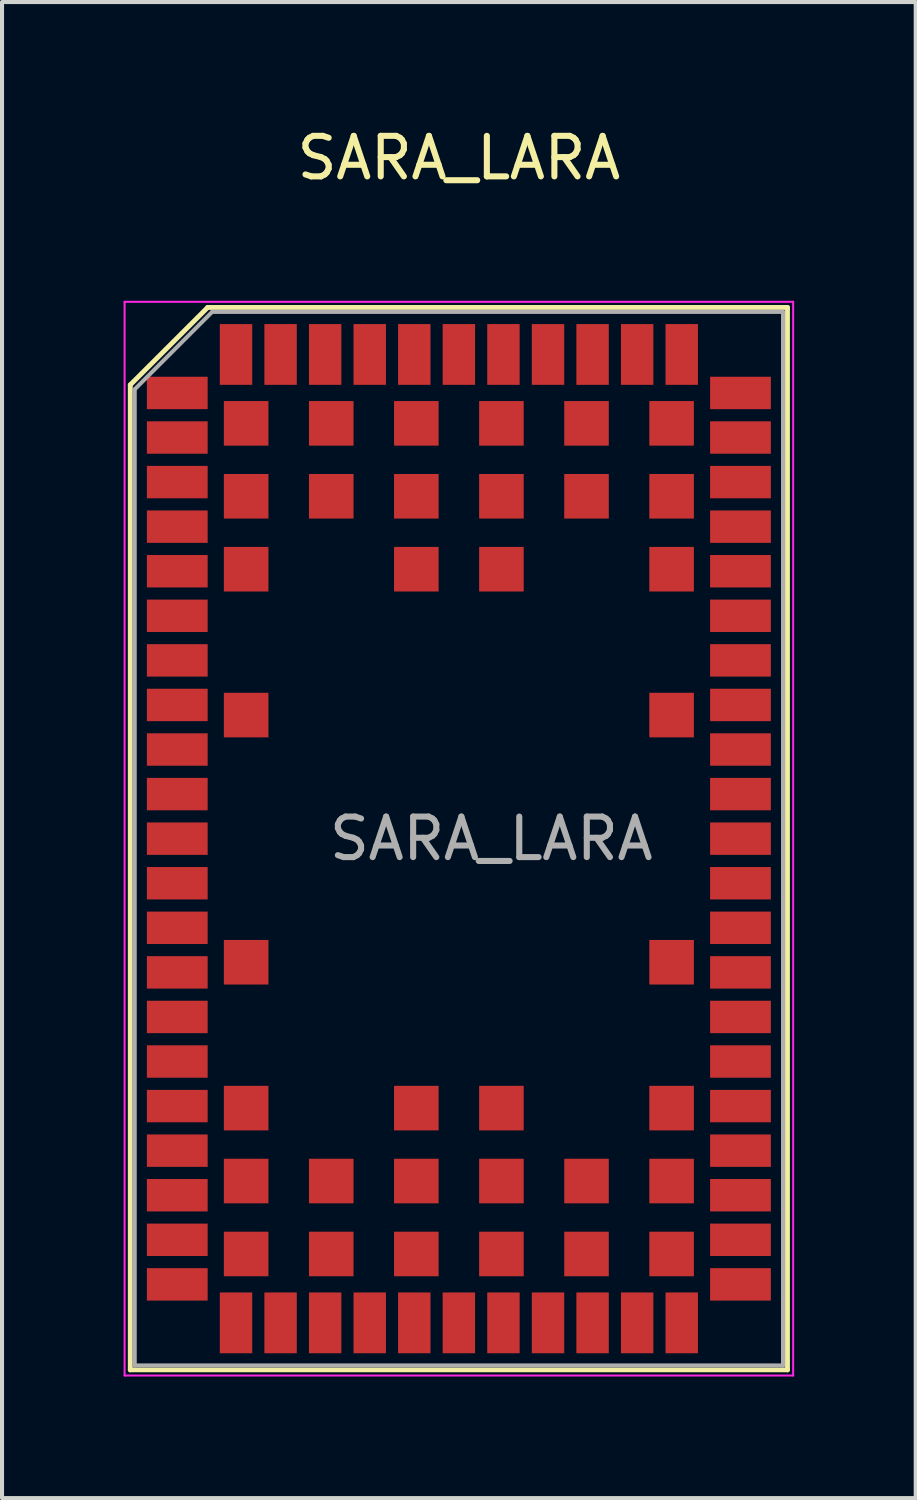
<source format=kicad_pcb>
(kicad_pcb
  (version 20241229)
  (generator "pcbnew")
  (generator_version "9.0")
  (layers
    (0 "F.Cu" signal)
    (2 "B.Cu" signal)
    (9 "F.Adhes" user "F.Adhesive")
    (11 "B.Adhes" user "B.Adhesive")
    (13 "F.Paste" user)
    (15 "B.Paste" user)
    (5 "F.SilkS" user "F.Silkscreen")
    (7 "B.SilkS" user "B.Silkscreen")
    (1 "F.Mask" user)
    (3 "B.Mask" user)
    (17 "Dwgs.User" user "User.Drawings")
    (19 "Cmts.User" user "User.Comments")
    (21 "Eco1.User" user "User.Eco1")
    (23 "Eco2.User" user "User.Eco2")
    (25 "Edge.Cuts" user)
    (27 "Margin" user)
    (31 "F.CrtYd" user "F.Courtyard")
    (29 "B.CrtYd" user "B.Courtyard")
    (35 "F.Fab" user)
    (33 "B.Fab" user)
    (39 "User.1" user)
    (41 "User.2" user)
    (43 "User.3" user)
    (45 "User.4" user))
  (footprint "SARA_LARA"
    (layer "F.Cu")
    (at 8.275 17.648)
    (property "Reference" "SARA_LARA" (at 0 -16.8 0) (unlocked yes) (layer "F.SilkS") (effects (font (size 1 1) (thickness 0.15))))
    (attr smd)
    (fp_line (start -8.11 -11.2) (end -8.11 13.11) (stroke (width 0.12) (type solid)) (layer "F.SilkS"))
    (fp_line (start -6.2 -13.11) (end -8.11 -11.2) (stroke (width 0.12) (type solid)) (layer "F.SilkS"))
    (fp_line (start 8.11 -13.11) (end -6.2 -13.11) (stroke (width 0.12) (type solid)) (layer "F.SilkS"))
    (fp_line (start 8.11 -13.11) (end 8.11 13.11) (stroke (width 0.12) (type solid)) (layer "F.SilkS"))
    (fp_line (start 8.11 13.11) (end -8.11 13.11) (stroke (width 0.12) (type solid)) (layer "F.SilkS"))
    (fp_line (start -8.25 -13.25) (end -8.25 13.25) (stroke (width 0.05) (type solid)) (layer "F.CrtYd"))
    (fp_line (start 8.25 -13.25) (end -8.25 -13.25) (stroke (width 0.05) (type solid)) (layer "F.CrtYd"))
    (fp_line (start 8.25 -13.25) (end 8.25 13.25) (stroke (width 0.05) (type solid)) (layer "F.CrtYd"))
    (fp_line (start 8.25 13.25) (end -8.25 13.25) (stroke (width 0.05) (type solid)) (layer "F.CrtYd"))
    (fp_line (start -8 -11.09) (end -8 13) (stroke (width 0.1) (type solid)) (layer "F.Fab"))
    (fp_line (start -6.09 -13) (end -8 -11.09) (stroke (width 0.1) (type solid)) (layer "F.Fab"))
    (fp_line (start 8 -13) (end -6.09 -13) (stroke (width 0.1) (type solid)) (layer "F.Fab"))
    (fp_line (start 8 -13) (end 8 13) (stroke (width 0.1) (type solid)) (layer "F.Fab"))
    (fp_line (start 8 13) (end -8 13) (stroke (width 0.1) (type solid)) (layer "F.Fab"))
    (fp_text user "${REFERENCE}" (at 0.8 0 0) (layer "F.Fab") (effects (font (size 1 1) (thickness 0.15))))
    (pad "" smd rect (at -7 -11 270) (size 0.75 1.55) (layers "F.Paste"))
    (pad "" smd rect (at -7 -9.9 270) (size 0.75 1.55) (layers "F.Paste"))
    (pad "" smd rect (at -7 -8.8 270) (size 0.75 1.55) (layers "F.Paste"))
    (pad "" smd rect (at -7 -7.7 270) (size 0.75 1.55) (layers "F.Paste"))
    (pad "" smd rect (at -7 -6.6 270) (size 0.75 1.55) (layers "F.Paste"))
    (pad "" smd rect (at -7 -5.5 270) (size 0.75 1.55) (layers "F.Paste"))
    (pad "" smd rect (at -7 -4.4 270) (size 0.75 1.55) (layers "F.Paste"))
    (pad "" smd rect (at -7 -3.3 270) (size 0.75 1.55) (layers "F.Paste"))
    (pad "" smd rect (at -7 -2.2 270) (size 0.75 1.55) (layers "F.Paste"))
    (pad "" smd rect (at -7 -1.1 270) (size 0.75 1.55) (layers "F.Paste"))
    (pad "" smd rect (at -7 0 270) (size 0.75 1.55) (layers "F.Paste"))
    (pad "" smd rect (at -7 1.1 270) (size 0.75 1.55) (layers "F.Paste"))
    (pad "" smd rect (at -7 2.2 270) (size 0.75 1.55) (layers "F.Paste"))
    (pad "" smd rect (at -7 3.3 270) (size 0.75 1.55) (layers "F.Paste"))
    (pad "" smd rect (at -7 4.4 270) (size 0.75 1.55) (layers "F.Paste"))
    (pad "" smd rect (at -7 5.5 270) (size 0.75 1.55) (layers "F.Paste"))
    (pad "" smd rect (at -7 6.6 270) (size 0.75 1.55) (layers "F.Paste"))
    (pad "" smd rect (at -7 7.7 270) (size 0.75 1.55) (layers "F.Paste"))
    (pad "" smd rect (at -7 8.8 270) (size 0.75 1.55) (layers "F.Paste"))
    (pad "" smd rect (at -7 9.9 270) (size 0.75 1.55) (layers "F.Paste"))
    (pad "" smd rect (at -7 11 270) (size 0.75 1.55) (layers "F.Paste"))
    (pad "" smd rect (at -5.5 -12) (size 0.75 1.55) (layers "F.Paste"))
    (pad "" smd rect (at -5.5 12) (size 0.75 1.55) (layers "F.Paste"))
    (pad "" smd rect (at -5.25 -10.25 180) (size 1.05 1.05) (layers "F.Paste"))
    (pad "" smd rect (at -5.25 -8.45 180) (size 1.05 1.05) (layers "F.Paste"))
    (pad "" smd rect (at -5.25 -6.65 180) (size 1.05 1.05) (layers "F.Paste"))
    (pad "" smd rect (at -5.25 -3.05 180) (size 1.05 1.05) (layers "F.Paste"))
    (pad "" smd rect (at -5.25 3.05 180) (size 1.05 1.05) (layers "F.Paste"))
    (pad "" smd rect (at -5.25 6.65 180) (size 1.05 1.05) (layers "F.Paste"))
    (pad "" smd rect (at -5.25 8.45 180) (size 1.05 1.05) (layers "F.Paste"))
    (pad "" smd rect (at -5.25 10.25 180) (size 1.05 1.05) (layers "F.Paste"))
    (pad "" smd rect (at -4.4 -12) (size 0.75 1.55) (layers "F.Paste"))
    (pad "" smd rect (at -4.4 12) (size 0.75 1.55) (layers "F.Paste"))
    (pad "" smd rect (at -3.3 -12) (size 0.75 1.55) (layers "F.Paste"))
    (pad "" smd rect (at -3.3 12) (size 0.75 1.55) (layers "F.Paste"))
    (pad "" smd rect (at -3.15 -10.25 180) (size 1.05 1.05) (layers "F.Paste"))
    (pad "" smd rect (at -3.15 -8.45 180) (size 1.05 1.05) (layers "F.Paste"))
    (pad "" smd rect (at -3.15 8.45 180) (size 1.05 1.05) (layers "F.Paste"))
    (pad "" smd rect (at -3.15 10.25 180) (size 1.05 1.05) (layers "F.Paste"))
    (pad "" smd rect (at -2.2 -12) (size 0.75 1.55) (layers "F.Paste"))
    (pad "" smd rect (at -2.2 12) (size 0.75 1.55) (layers "F.Paste"))
    (pad "" smd rect (at -1.1 -12) (size 0.75 1.55) (layers "F.Paste"))
    (pad "" smd rect (at -1.1 12) (size 0.75 1.55) (layers "F.Paste"))
    (pad "" smd rect (at -1.05 -10.25 180) (size 1.05 1.05) (layers "F.Paste"))
    (pad "" smd rect (at -1.05 -8.45 180) (size 1.05 1.05) (layers "F.Paste"))
    (pad "" smd rect (at -1.05 -6.65 180) (size 1.05 1.05) (layers "F.Paste"))
    (pad "" smd rect (at -1.05 6.65 180) (size 1.05 1.05) (layers "F.Paste"))
    (pad "" smd rect (at -1.05 8.45 180) (size 1.05 1.05) (layers "F.Paste"))
    (pad "" smd rect (at -1.05 10.25 180) (size 1.05 1.05) (layers "F.Paste"))
    (pad "" smd rect (at 0 -12) (size 0.75 1.55) (layers "F.Paste"))
    (pad "" smd rect (at 0 12) (size 0.75 1.55) (layers "F.Paste"))
    (pad "" smd rect (at 1.05 -10.25 180) (size 1.05 1.05) (layers "F.Paste"))
    (pad "" smd rect (at 1.05 -8.45 180) (size 1.05 1.05) (layers "F.Paste"))
    (pad "" smd rect (at 1.05 -6.65 180) (size 1.05 1.05) (layers "F.Paste"))
    (pad "" smd rect (at 1.05 6.65 180) (size 1.05 1.05) (layers "F.Paste"))
    (pad "" smd rect (at 1.05 8.45 180) (size 1.05 1.05) (layers "F.Paste"))
    (pad "" smd rect (at 1.05 10.25 180) (size 1.05 1.05) (layers "F.Paste"))
    (pad "" smd rect (at 1.1 -12) (size 0.75 1.55) (layers "F.Paste"))
    (pad "" smd rect (at 1.1 12) (size 0.75 1.55) (layers "F.Paste"))
    (pad "" smd rect (at 2.2 -12) (size 0.75 1.55) (layers "F.Paste"))
    (pad "" smd rect (at 2.2 12) (size 0.75 1.55) (layers "F.Paste"))
    (pad "" smd rect (at 3.15 -10.25 180) (size 1.05 1.05) (layers "F.Paste"))
    (pad "" smd rect (at 3.15 -8.45 180) (size 1.05 1.05) (layers "F.Paste"))
    (pad "" smd rect (at 3.15 8.45 180) (size 1.05 1.05) (layers "F.Paste"))
    (pad "" smd rect (at 3.15 10.25 180) (size 1.05 1.05) (layers "F.Paste"))
    (pad "" smd rect (at 3.3 -12) (size 0.75 1.55) (layers "F.Paste"))
    (pad "" smd rect (at 3.3 12) (size 0.75 1.55) (layers "F.Paste"))
    (pad "" smd rect (at 4.4 -12) (size 0.75 1.55) (layers "F.Paste"))
    (pad "" smd rect (at 4.4 12) (size 0.75 1.55) (layers "F.Paste"))
    (pad "" smd rect (at 5.25 -10.25 180) (size 1.05 1.05) (layers "F.Paste"))
    (pad "" smd rect (at 5.25 -8.45 180) (size 1.05 1.05) (layers "F.Paste"))
    (pad "" smd rect (at 5.25 -6.65 180) (size 1.05 1.05) (layers "F.Paste"))
    (pad "" smd rect (at 5.25 -3.05 180) (size 1.05 1.05) (layers "F.Paste"))
    (pad "" smd rect (at 5.25 3.05 180) (size 1.05 1.05) (layers "F.Paste"))
    (pad "" smd rect (at 5.25 6.65 180) (size 1.05 1.05) (layers "F.Paste"))
    (pad "" smd rect (at 5.25 8.45 180) (size 1.05 1.05) (layers "F.Paste"))
    (pad "" smd rect (at 5.25 10.25 180) (size 1.05 1.05) (layers "F.Paste"))
    (pad "" smd rect (at 5.5 -12) (size 0.75 1.55) (layers "F.Paste"))
    (pad "" smd rect (at 5.5 12) (size 0.75 1.55) (layers "F.Paste"))
    (pad "" smd rect (at 7 -11 270) (size 0.75 1.55) (layers "F.Paste"))
    (pad "" smd rect (at 7 -9.9 270) (size 0.75 1.55) (layers "F.Paste"))
    (pad "" smd rect (at 7 -8.8 270) (size 0.75 1.55) (layers "F.Paste"))
    (pad "" smd rect (at 7 -7.7 270) (size 0.75 1.55) (layers "F.Paste"))
    (pad "" smd rect (at 7 -6.6 270) (size 0.75 1.55) (layers "F.Paste"))
    (pad "" smd rect (at 7 -5.5 270) (size 0.75 1.55) (layers "F.Paste"))
    (pad "" smd rect (at 7 -4.4 270) (size 0.75 1.55) (layers "F.Paste"))
    (pad "" smd rect (at 7 -3.3 270) (size 0.75 1.55) (layers "F.Paste"))
    (pad "" smd rect (at 7 -2.2 270) (size 0.75 1.55) (layers "F.Paste"))
    (pad "" smd rect (at 7 -1.1 270) (size 0.75 1.55) (layers "F.Paste"))
    (pad "" smd rect (at 7 0 270) (size 0.75 1.55) (layers "F.Paste"))
    (pad "" smd rect (at 7 1.1 270) (size 0.75 1.55) (layers "F.Paste"))
    (pad "" smd rect (at 7 2.2 270) (size 0.75 1.55) (layers "F.Paste"))
    (pad "" smd rect (at 7 3.3 270) (size 0.75 1.55) (layers "F.Paste"))
    (pad "" smd rect (at 7 4.4 270) (size 0.75 1.55) (layers "F.Paste"))
    (pad "" smd rect (at 7 5.5 270) (size 0.75 1.55) (layers "F.Paste"))
    (pad "" smd rect (at 7 6.6 270) (size 0.75 1.55) (layers "F.Paste"))
    (pad "" smd rect (at 7 7.7 270) (size 0.75 1.55) (layers "F.Paste"))
    (pad "" smd rect (at 7 8.8 270) (size 0.75 1.55) (layers "F.Paste"))
    (pad "" smd rect (at 7 9.9 270) (size 0.75 1.55) (layers "F.Paste"))
    (pad "" smd rect (at 7 11 270) (size 0.75 1.55) (layers "F.Paste"))
    (pad "1" smd rect (at -6.95 -11 270) (size 0.8 1.5) (layers "F.Cu" "F.Mask"))
    (pad "2" smd rect (at -6.95 -9.9 270) (size 0.8 1.5) (layers "F.Cu" "F.Mask"))
    (pad "3" smd rect (at -6.95 -8.8 270) (size 0.8 1.5) (layers "F.Cu" "F.Mask"))
    (pad "4" smd rect (at -6.95 -7.7 270) (size 0.8 1.5) (layers "F.Cu" "F.Mask"))
    (pad "5" smd rect (at -6.95 -6.6 270) (size 0.8 1.5) (layers "F.Cu" "F.Mask"))
    (pad "6" smd rect (at -6.95 -5.5 270) (size 0.8 1.5) (layers "F.Cu" "F.Mask"))
    (pad "7" smd rect (at -6.95 -4.4 270) (size 0.8 1.5) (layers "F.Cu" "F.Mask"))
    (pad "8" smd rect (at -6.95 -3.3 270) (size 0.8 1.5) (layers "F.Cu" "F.Mask"))
    (pad "9" smd rect (at -6.95 -2.2 270) (size 0.8 1.5) (layers "F.Cu" "F.Mask"))
    (pad "10" smd rect (at -6.95 -1.1 270) (size 0.8 1.5) (layers "F.Cu" "F.Mask"))
    (pad "11" smd rect (at -6.95 0 270) (size 0.8 1.5) (layers "F.Cu" "F.Mask"))
    (pad "12" smd rect (at -6.95 1.1 270) (size 0.8 1.5) (layers "F.Cu" "F.Mask"))
    (pad "13" smd rect (at -6.95 2.2 270) (size 0.8 1.5) (layers "F.Cu" "F.Mask"))
    (pad "14" smd rect (at -6.95 3.3 270) (size 0.8 1.5) (layers "F.Cu" "F.Mask"))
    (pad "15" smd rect (at -6.95 4.4 270) (size 0.8 1.5) (layers "F.Cu" "F.Mask"))
    (pad "16" smd rect (at -6.95 5.5 270) (size 0.8 1.5) (layers "F.Cu" "F.Mask"))
    (pad "17" smd rect (at -6.95 6.6 270) (size 0.8 1.5) (layers "F.Cu" "F.Mask"))
    (pad "18" smd rect (at -6.95 7.7 270) (size 0.8 1.5) (layers "F.Cu" "F.Mask"))
    (pad "19" smd rect (at -6.95 8.8 270) (size 0.8 1.5) (layers "F.Cu" "F.Mask"))
    (pad "20" smd rect (at -6.95 9.9 270) (size 0.8 1.5) (layers "F.Cu" "F.Mask"))
    (pad "21" smd rect (at -6.95 11 270) (size 0.8 1.5) (layers "F.Cu" "F.Mask"))
    (pad "22" smd rect (at -5.5 11.95) (size 0.8 1.5) (layers "F.Cu" "F.Mask"))
    (pad "23" smd rect (at -4.4 11.95) (size 0.8 1.5) (layers "F.Cu" "F.Mask"))
    (pad "24" smd rect (at -3.3 11.95) (size 0.8 1.5) (layers "F.Cu" "F.Mask"))
    (pad "25" smd rect (at -2.2 11.95) (size 0.8 1.5) (layers "F.Cu" "F.Mask"))
    (pad "26" smd rect (at -1.1 11.95) (size 0.8 1.5) (layers "F.Cu" "F.Mask"))
    (pad "27" smd rect (at 0 11.95) (size 0.8 1.5) (layers "F.Cu" "F.Mask"))
    (pad "28" smd rect (at 1.1 11.95) (size 0.8 1.5) (layers "F.Cu" "F.Mask"))
    (pad "29" smd rect (at 2.2 11.95) (size 0.8 1.5) (layers "F.Cu" "F.Mask"))
    (pad "30" smd rect (at 3.3 11.95) (size 0.8 1.5) (layers "F.Cu" "F.Mask"))
    (pad "31" smd rect (at 4.4 11.95) (size 0.8 1.5) (layers "F.Cu" "F.Mask"))
    (pad "32" smd rect (at 5.5 11.95) (size 0.8 1.5) (layers "F.Cu" "F.Mask"))
    (pad "33" smd rect (at 6.95 11 90) (size 0.8 1.5) (layers "F.Cu" "F.Mask"))
    (pad "34" smd rect (at 6.95 9.9 90) (size 0.8 1.5) (layers "F.Cu" "F.Mask"))
    (pad "35" smd rect (at 6.95 8.8 90) (size 0.8 1.5) (layers "F.Cu" "F.Mask"))
    (pad "36" smd rect (at 6.95 7.7 90) (size 0.8 1.5) (layers "F.Cu" "F.Mask"))
    (pad "37" smd rect (at 6.95 6.6 90) (size 0.8 1.5) (layers "F.Cu" "F.Mask"))
    (pad "38" smd rect (at 6.95 5.5 90) (size 0.8 1.5) (layers "F.Cu" "F.Mask"))
    (pad "39" smd rect (at 6.95 4.4 90) (size 0.8 1.5) (layers "F.Cu" "F.Mask"))
    (pad "40" smd rect (at 6.95 3.3 90) (size 0.8 1.5) (layers "F.Cu" "F.Mask"))
    (pad "41" smd rect (at 6.95 2.2 90) (size 0.8 1.5) (layers "F.Cu" "F.Mask"))
    (pad "42" smd rect (at 6.95 1.1 90) (size 0.8 1.5) (layers "F.Cu" "F.Mask"))
    (pad "43" smd rect (at 6.95 0 90) (size 0.8 1.5) (layers "F.Cu" "F.Mask"))
    (pad "44" smd rect (at 6.95 -1.1 90) (size 0.8 1.5) (layers "F.Cu" "F.Mask"))
    (pad "45" smd rect (at 6.95 -2.2 90) (size 0.8 1.5) (layers "F.Cu" "F.Mask"))
    (pad "46" smd rect (at 6.95 -3.3 90) (size 0.8 1.5) (layers "F.Cu" "F.Mask"))
    (pad "47" smd rect (at 6.95 -4.4 90) (size 0.8 1.5) (layers "F.Cu" "F.Mask"))
    (pad "48" smd rect (at 6.95 -5.5 90) (size 0.8 1.5) (layers "F.Cu" "F.Mask"))
    (pad "49" smd rect (at 6.95 -6.6 90) (size 0.8 1.5) (layers "F.Cu" "F.Mask"))
    (pad "50" smd rect (at 6.95 -7.7 90) (size 0.8 1.5) (layers "F.Cu" "F.Mask"))
    (pad "51" smd rect (at 6.95 -8.8 90) (size 0.8 1.5) (layers "F.Cu" "F.Mask"))
    (pad "52" smd rect (at 6.95 -9.9 90) (size 0.8 1.5) (layers "F.Cu" "F.Mask"))
    (pad "53" smd rect (at 6.95 -11 90) (size 0.8 1.5) (layers "F.Cu" "F.Mask"))
    (pad "54" smd rect (at 5.5 -11.95 180) (size 0.8 1.5) (layers "F.Cu" "F.Mask"))
    (pad "55" smd rect (at 4.4 -11.95 180) (size 0.8 1.5) (layers "F.Cu" "F.Mask"))
    (pad "56" smd rect (at 3.3 -11.95 180) (size 0.8 1.5) (layers "F.Cu" "F.Mask"))
    (pad "57" smd rect (at 2.2 -11.95 180) (size 0.8 1.5) (layers "F.Cu" "F.Mask"))
    (pad "58" smd rect (at 1.1 -11.95 180) (size 0.8 1.5) (layers "F.Cu" "F.Mask"))
    (pad "59" smd rect (at 0 -11.95 180) (size 0.8 1.5) (layers "F.Cu" "F.Mask"))
    (pad "60" smd rect (at -1.1 -11.95 180) (size 0.8 1.5) (layers "F.Cu" "F.Mask"))
    (pad "61" smd rect (at -2.2 -11.95 180) (size 0.8 1.5) (layers "F.Cu" "F.Mask"))
    (pad "62" smd rect (at -3.3 -11.95 180) (size 0.8 1.5) (layers "F.Cu" "F.Mask"))
    (pad "63" smd rect (at -4.4 -11.95 180) (size 0.8 1.5) (layers "F.Cu" "F.Mask"))
    (pad "64" smd rect (at -5.5 -11.95 180) (size 0.8 1.5) (layers "F.Cu" "F.Mask"))
    (pad "65" smd rect (at -5.25 -10.25 180) (size 1.1 1.1) (layers "F.Cu" "F.Mask"))
    (pad "66" smd rect (at -3.15 -10.25 180) (size 1.1 1.1) (layers "F.Cu" "F.Mask"))
    (pad "67" smd rect (at -1.05 -10.25 180) (size 1.1 1.1) (layers "F.Cu" "F.Mask"))
    (pad "68" smd rect (at 1.05 -10.25 180) (size 1.1 1.1) (layers "F.Cu" "F.Mask"))
    (pad "69" smd rect (at 3.15 -10.25 180) (size 1.1 1.1) (layers "F.Cu" "F.Mask"))
    (pad "70" smd rect (at 5.25 -10.25 180) (size 1.1 1.1) (layers "F.Cu" "F.Mask"))
    (pad "71" smd rect (at -5.25 -8.45 180) (size 1.1 1.1) (layers "F.Cu" "F.Mask"))
    (pad "72" smd rect (at -3.15 -8.45 180) (size 1.1 1.1) (layers "F.Cu" "F.Mask"))
    (pad "73" smd rect (at -1.05 -8.45 180) (size 1.1 1.1) (layers "F.Cu" "F.Mask"))
    (pad "74" smd rect (at 1.05 -8.45 180) (size 1.1 1.1) (layers "F.Cu" "F.Mask"))
    (pad "75" smd rect (at 3.15 -8.45 180) (size 1.1 1.1) (layers "F.Cu" "F.Mask"))
    (pad "76" smd rect (at 5.25 -8.45 180) (size 1.1 1.1) (layers "F.Cu" "F.Mask"))
    (pad "77" smd rect (at -5.25 -6.65 180) (size 1.1 1.1) (layers "F.Cu" "F.Mask"))
    (pad "78" smd rect (at 5.25 -6.65 180) (size 1.1 1.1) (layers "F.Cu" "F.Mask"))
    (pad "79" smd rect (at -5.25 -3.05 180) (size 1.1 1.1) (layers "F.Cu" "F.Mask"))
    (pad "80" smd rect (at 5.25 -3.05 180) (size 1.1 1.1) (layers "F.Cu" "F.Mask"))
    (pad "81" smd rect (at -5.25 3.05 180) (size 1.1 1.1) (layers "F.Cu" "F.Mask"))
    (pad "82" smd rect (at 5.25 3.05 180) (size 1.1 1.1) (layers "F.Cu" "F.Mask"))
    (pad "83" smd rect (at -5.25 6.65 180) (size 1.1 1.1) (layers "F.Cu" "F.Mask"))
    (pad "84" smd rect (at 5.25 6.65 180) (size 1.1 1.1) (layers "F.Cu" "F.Mask"))
    (pad "85" smd rect (at -5.25 8.45 180) (size 1.1 1.1) (layers "F.Cu" "F.Mask"))
    (pad "86" smd rect (at -3.15 8.45 180) (size 1.1 1.1) (layers "F.Cu" "F.Mask"))
    (pad "87" smd rect (at -1.05 8.45 180) (size 1.1 1.1) (layers "F.Cu" "F.Mask"))
    (pad "88" smd rect (at 1.05 8.45 180) (size 1.1 1.1) (layers "F.Cu" "F.Mask"))
    (pad "89" smd rect (at 3.15 8.45 180) (size 1.1 1.1) (layers "F.Cu" "F.Mask"))
    (pad "90" smd rect (at 5.25 8.45 180) (size 1.1 1.1) (layers "F.Cu" "F.Mask"))
    (pad "91" smd rect (at -5.25 10.25 180) (size 1.1 1.1) (layers "F.Cu" "F.Mask"))
    (pad "92" smd rect (at -3.15 10.25 180) (size 1.1 1.1) (layers "F.Cu" "F.Mask"))
    (pad "93" smd rect (at -1.05 10.25 270) (size 1.1 1.1) (layers "F.Cu" "F.Mask"))
    (pad "94" smd rect (at 1.05 10.25 180) (size 1.1 1.1) (layers "F.Cu" "F.Mask"))
    (pad "95" smd rect (at 3.15 10.25 180) (size 1.1 1.1) (layers "F.Cu" "F.Mask"))
    (pad "96" smd rect (at 5.25 10.25 270) (size 1.1 1.1) (layers "F.Cu" "F.Mask"))
    (pad "97" smd rect (at -1.05 -6.65 180) (size 1.1 1.1) (layers "F.Cu" "F.Mask"))
    (pad "98" smd rect (at 1.05 -6.65 180) (size 1.1 1.1) (layers "F.Cu" "F.Mask"))
    (pad "99" smd rect (at -1.05 6.65 180) (size 1.1 1.1) (layers "F.Cu" "F.Mask"))
    (pad "100" smd rect (at 1.05 6.65 180) (size 1.1 1.1) (layers "F.Cu" "F.Mask")))
  (gr_rect
    (start -3 -3)
    (end 19.55 33.923)
    (stroke (width 0.1) (type default))
    (fill no)
    (layer "Edge.Cuts")))
</source>
